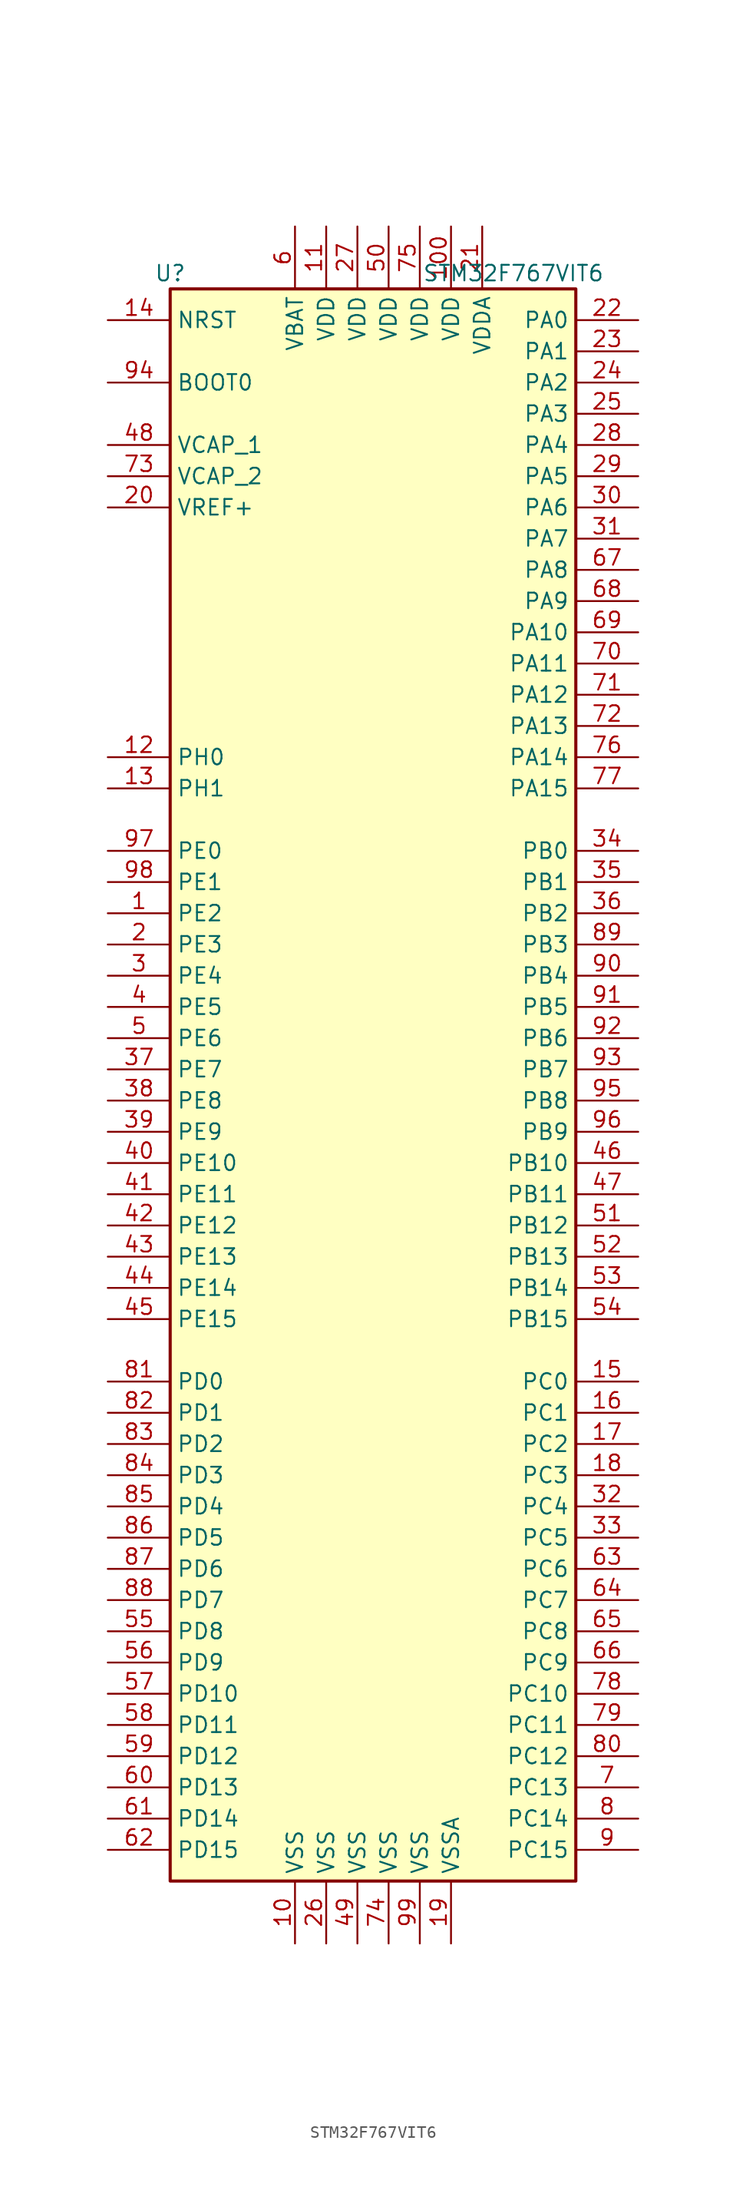
<source format=kicad_sym>
(kicad_symbol_lib
  (version 20211014)
  (generator kicad_symbol_editor)
  (symbol "STM32F767VIT6"
    (property "Reference" "U"
      (at -17.78 64.77 0)
      (effects (font (size 1.27 1.27))))
    (property "Value" "STM32F767VIT6"
      (at 10.16 64.77 0)
      (effects (font (size 1.27 1.27))))
    (symbol "STM32F767VIT6_0_1"
      (rectangle (start -17.78 -66.04) (end 15.24 63.5) (stroke (width 0.254) (type default) (color 0 0 0 0)) (fill (type background))))
    (symbol "STM32F767VIT6_1_1"
      (pin bidirectional line (at -22.86 12.7 0) (length 5.08) (name "PE2" (effects (font (size 1.27 1.27)))) (number "1" (effects (font (size 1.27 1.27)))))
      (pin power_in line (at -7.62 -71.12 90) (length 5.08) (name "VSS" (effects (font (size 1.27 1.27)))) (number "10" (effects (font (size 1.27 1.27)))))
      (pin power_in line (at 5.08 68.58 270) (length 5.08) (name "VDD" (effects (font (size 1.27 1.27)))) (number "100" (effects (font (size 1.27 1.27)))))
      (pin power_in line (at -5.08 68.58 270) (length 5.08) (name "VDD" (effects (font (size 1.27 1.27)))) (number "11" (effects (font (size 1.27 1.27)))))
      (pin input line (at -22.86 25.4 0) (length 5.08) (name "PH0" (effects (font (size 1.27 1.27)))) (number "12" (effects (font (size 1.27 1.27)))))
      (pin input line (at -22.86 22.86 0) (length 5.08) (name "PH1" (effects (font (size 1.27 1.27)))) (number "13" (effects (font (size 1.27 1.27)))))
      (pin input line (at -22.86 60.96 0) (length 5.08) (name "NRST" (effects (font (size 1.27 1.27)))) (number "14" (effects (font (size 1.27 1.27)))))
      (pin bidirectional line (at 20.32 -25.4 180) (length 5.08) (name "PC0" (effects (font (size 1.27 1.27)))) (number "15" (effects (font (size 1.27 1.27)))))
      (pin bidirectional line (at 20.32 -27.94 180) (length 5.08) (name "PC1" (effects (font (size 1.27 1.27)))) (number "16" (effects (font (size 1.27 1.27)))))
      (pin bidirectional line (at 20.32 -30.48 180) (length 5.08) (name "PC2" (effects (font (size 1.27 1.27)))) (number "17" (effects (font (size 1.27 1.27)))))
      (pin bidirectional line (at 20.32 -33.02 180) (length 5.08) (name "PC3" (effects (font (size 1.27 1.27)))) (number "18" (effects (font (size 1.27 1.27)))))
      (pin power_in line (at 5.08 -71.12 90) (length 5.08) (name "VSSA" (effects (font (size 1.27 1.27)))) (number "19" (effects (font (size 1.27 1.27)))))
      (pin bidirectional line (at -22.86 10.16 0) (length 5.08) (name "PE3" (effects (font (size 1.27 1.27)))) (number "2" (effects (font (size 1.27 1.27)))))
      (pin power_in line (at -22.86 45.72 0) (length 5.08) (name "VREF+" (effects (font (size 1.27 1.27)))) (number "20" (effects (font (size 1.27 1.27)))))
      (pin power_in line (at 7.62 68.58 270) (length 5.08) (name "VDDA" (effects (font (size 1.27 1.27)))) (number "21" (effects (font (size 1.27 1.27)))))
      (pin bidirectional line (at 20.32 60.96 180) (length 5.08) (name "PA0" (effects (font (size 1.27 1.27)))) (number "22" (effects (font (size 1.27 1.27)))))
      (pin bidirectional line (at 20.32 58.42 180) (length 5.08) (name "PA1" (effects (font (size 1.27 1.27)))) (number "23" (effects (font (size 1.27 1.27)))))
      (pin bidirectional line (at 20.32 55.88 180) (length 5.08) (name "PA2" (effects (font (size 1.27 1.27)))) (number "24" (effects (font (size 1.27 1.27)))))
      (pin bidirectional line (at 20.32 53.34 180) (length 5.08) (name "PA3" (effects (font (size 1.27 1.27)))) (number "25" (effects (font (size 1.27 1.27)))))
      (pin power_in line (at -5.08 -71.12 90) (length 5.08) (name "VSS" (effects (font (size 1.27 1.27)))) (number "26" (effects (font (size 1.27 1.27)))))
      (pin power_in line (at -2.54 68.58 270) (length 5.08) (name "VDD" (effects (font (size 1.27 1.27)))) (number "27" (effects (font (size 1.27 1.27)))))
      (pin bidirectional line (at 20.32 50.8 180) (length 5.08) (name "PA4" (effects (font (size 1.27 1.27)))) (number "28" (effects (font (size 1.27 1.27)))))
      (pin bidirectional line (at 20.32 48.26 180) (length 5.08) (name "PA5" (effects (font (size 1.27 1.27)))) (number "29" (effects (font (size 1.27 1.27)))))
      (pin bidirectional line (at -22.86 7.62 0) (length 5.08) (name "PE4" (effects (font (size 1.27 1.27)))) (number "3" (effects (font (size 1.27 1.27)))))
      (pin bidirectional line (at 20.32 45.72 180) (length 5.08) (name "PA6" (effects (font (size 1.27 1.27)))) (number "30" (effects (font (size 1.27 1.27)))))
      (pin bidirectional line (at 20.32 43.18 180) (length 5.08) (name "PA7" (effects (font (size 1.27 1.27)))) (number "31" (effects (font (size 1.27 1.27)))))
      (pin bidirectional line (at 20.32 -35.56 180) (length 5.08) (name "PC4" (effects (font (size 1.27 1.27)))) (number "32" (effects (font (size 1.27 1.27)))))
      (pin bidirectional line (at 20.32 -38.1 180) (length 5.08) (name "PC5" (effects (font (size 1.27 1.27)))) (number "33" (effects (font (size 1.27 1.27)))))
      (pin bidirectional line (at 20.32 17.78 180) (length 5.08) (name "PB0" (effects (font (size 1.27 1.27)))) (number "34" (effects (font (size 1.27 1.27)))))
      (pin bidirectional line (at 20.32 15.24 180) (length 5.08) (name "PB1" (effects (font (size 1.27 1.27)))) (number "35" (effects (font (size 1.27 1.27)))))
      (pin bidirectional line (at 20.32 12.7 180) (length 5.08) (name "PB2" (effects (font (size 1.27 1.27)))) (number "36" (effects (font (size 1.27 1.27)))))
      (pin bidirectional line (at -22.86 0 0) (length 5.08) (name "PE7" (effects (font (size 1.27 1.27)))) (number "37" (effects (font (size 1.27 1.27)))))
      (pin bidirectional line (at -22.86 -2.54 0) (length 5.08) (name "PE8" (effects (font (size 1.27 1.27)))) (number "38" (effects (font (size 1.27 1.27)))))
      (pin bidirectional line (at -22.86 -5.08 0) (length 5.08) (name "PE9" (effects (font (size 1.27 1.27)))) (number "39" (effects (font (size 1.27 1.27)))))
      (pin bidirectional line (at -22.86 5.08 0) (length 5.08) (name "PE5" (effects (font (size 1.27 1.27)))) (number "4" (effects (font (size 1.27 1.27)))))
      (pin bidirectional line (at -22.86 -7.62 0) (length 5.08) (name "PE10" (effects (font (size 1.27 1.27)))) (number "40" (effects (font (size 1.27 1.27)))))
      (pin bidirectional line (at -22.86 -10.16 0) (length 5.08) (name "PE11" (effects (font (size 1.27 1.27)))) (number "41" (effects (font (size 1.27 1.27)))))
      (pin bidirectional line (at -22.86 -12.7 0) (length 5.08) (name "PE12" (effects (font (size 1.27 1.27)))) (number "42" (effects (font (size 1.27 1.27)))))
      (pin bidirectional line (at -22.86 -15.24 0) (length 5.08) (name "PE13" (effects (font (size 1.27 1.27)))) (number "43" (effects (font (size 1.27 1.27)))))
      (pin bidirectional line (at -22.86 -17.78 0) (length 5.08) (name "PE14" (effects (font (size 1.27 1.27)))) (number "44" (effects (font (size 1.27 1.27)))))
      (pin bidirectional line (at -22.86 -20.32 0) (length 5.08) (name "PE15" (effects (font (size 1.27 1.27)))) (number "45" (effects (font (size 1.27 1.27)))))
      (pin bidirectional line (at 20.32 -7.62 180) (length 5.08) (name "PB10" (effects (font (size 1.27 1.27)))) (number "46" (effects (font (size 1.27 1.27)))))
      (pin bidirectional line (at 20.32 -10.16 180) (length 5.08) (name "PB11" (effects (font (size 1.27 1.27)))) (number "47" (effects (font (size 1.27 1.27)))))
      (pin power_in line (at -22.86 50.8 0) (length 5.08) (name "VCAP_1" (effects (font (size 1.27 1.27)))) (number "48" (effects (font (size 1.27 1.27)))))
      (pin power_in line (at -2.54 -71.12 90) (length 5.08) (name "VSS" (effects (font (size 1.27 1.27)))) (number "49" (effects (font (size 1.27 1.27)))))
      (pin bidirectional line (at -22.86 2.54 0) (length 5.08) (name "PE6" (effects (font (size 1.27 1.27)))) (number "5" (effects (font (size 1.27 1.27)))))
      (pin power_in line (at 0 68.58 270) (length 5.08) (name "VDD" (effects (font (size 1.27 1.27)))) (number "50" (effects (font (size 1.27 1.27)))))
      (pin bidirectional line (at 20.32 -12.7 180) (length 5.08) (name "PB12" (effects (font (size 1.27 1.27)))) (number "51" (effects (font (size 1.27 1.27)))))
      (pin bidirectional line (at 20.32 -15.24 180) (length 5.08) (name "PB13" (effects (font (size 1.27 1.27)))) (number "52" (effects (font (size 1.27 1.27)))))
      (pin bidirectional line (at 20.32 -17.78 180) (length 5.08) (name "PB14" (effects (font (size 1.27 1.27)))) (number "53" (effects (font (size 1.27 1.27)))))
      (pin bidirectional line (at 20.32 -20.32 180) (length 5.08) (name "PB15" (effects (font (size 1.27 1.27)))) (number "54" (effects (font (size 1.27 1.27)))))
      (pin bidirectional line (at -22.86 -45.72 0) (length 5.08) (name "PD8" (effects (font (size 1.27 1.27)))) (number "55" (effects (font (size 1.27 1.27)))))
      (pin bidirectional line (at -22.86 -48.26 0) (length 5.08) (name "PD9" (effects (font (size 1.27 1.27)))) (number "56" (effects (font (size 1.27 1.27)))))
      (pin bidirectional line (at -22.86 -50.8 0) (length 5.08) (name "PD10" (effects (font (size 1.27 1.27)))) (number "57" (effects (font (size 1.27 1.27)))))
      (pin bidirectional line (at -22.86 -53.34 0) (length 5.08) (name "PD11" (effects (font (size 1.27 1.27)))) (number "58" (effects (font (size 1.27 1.27)))))
      (pin bidirectional line (at -22.86 -55.88 0) (length 5.08) (name "PD12" (effects (font (size 1.27 1.27)))) (number "59" (effects (font (size 1.27 1.27)))))
      (pin power_in line (at -7.62 68.58 270) (length 5.08) (name "VBAT" (effects (font (size 1.27 1.27)))) (number "6" (effects (font (size 1.27 1.27)))))
      (pin bidirectional line (at -22.86 -58.42 0) (length 5.08) (name "PD13" (effects (font (size 1.27 1.27)))) (number "60" (effects (font (size 1.27 1.27)))))
      (pin bidirectional line (at -22.86 -60.96 0) (length 5.08) (name "PD14" (effects (font (size 1.27 1.27)))) (number "61" (effects (font (size 1.27 1.27)))))
      (pin bidirectional line (at -22.86 -63.5 0) (length 5.08) (name "PD15" (effects (font (size 1.27 1.27)))) (number "62" (effects (font (size 1.27 1.27)))))
      (pin bidirectional line (at 20.32 -40.64 180) (length 5.08) (name "PC6" (effects (font (size 1.27 1.27)))) (number "63" (effects (font (size 1.27 1.27)))))
      (pin bidirectional line (at 20.32 -43.18 180) (length 5.08) (name "PC7" (effects (font (size 1.27 1.27)))) (number "64" (effects (font (size 1.27 1.27)))))
      (pin bidirectional line (at 20.32 -45.72 180) (length 5.08) (name "PC8" (effects (font (size 1.27 1.27)))) (number "65" (effects (font (size 1.27 1.27)))))
      (pin bidirectional line (at 20.32 -48.26 180) (length 5.08) (name "PC9" (effects (font (size 1.27 1.27)))) (number "66" (effects (font (size 1.27 1.27)))))
      (pin bidirectional line (at 20.32 40.64 180) (length 5.08) (name "PA8" (effects (font (size 1.27 1.27)))) (number "67" (effects (font (size 1.27 1.27)))))
      (pin bidirectional line (at 20.32 38.1 180) (length 5.08) (name "PA9" (effects (font (size 1.27 1.27)))) (number "68" (effects (font (size 1.27 1.27)))))
      (pin bidirectional line (at 20.32 35.56 180) (length 5.08) (name "PA10" (effects (font (size 1.27 1.27)))) (number "69" (effects (font (size 1.27 1.27)))))
      (pin bidirectional line (at 20.32 -58.42 180) (length 5.08) (name "PC13" (effects (font (size 1.27 1.27)))) (number "7" (effects (font (size 1.27 1.27)))))
      (pin bidirectional line (at 20.32 33.02 180) (length 5.08) (name "PA11" (effects (font (size 1.27 1.27)))) (number "70" (effects (font (size 1.27 1.27)))))
      (pin bidirectional line (at 20.32 30.48 180) (length 5.08) (name "PA12" (effects (font (size 1.27 1.27)))) (number "71" (effects (font (size 1.27 1.27)))))
      (pin bidirectional line (at 20.32 27.94 180) (length 5.08) (name "PA13" (effects (font (size 1.27 1.27)))) (number "72" (effects (font (size 1.27 1.27)))))
      (pin power_in line (at -22.86 48.26 0) (length 5.08) (name "VCAP_2" (effects (font (size 1.27 1.27)))) (number "73" (effects (font (size 1.27 1.27)))))
      (pin power_in line (at 0 -71.12 90) (length 5.08) (name "VSS" (effects (font (size 1.27 1.27)))) (number "74" (effects (font (size 1.27 1.27)))))
      (pin power_in line (at 2.54 68.58 270) (length 5.08) (name "VDD" (effects (font (size 1.27 1.27)))) (number "75" (effects (font (size 1.27 1.27)))))
      (pin bidirectional line (at 20.32 25.4 180) (length 5.08) (name "PA14" (effects (font (size 1.27 1.27)))) (number "76" (effects (font (size 1.27 1.27)))))
      (pin bidirectional line (at 20.32 22.86 180) (length 5.08) (name "PA15" (effects (font (size 1.27 1.27)))) (number "77" (effects (font (size 1.27 1.27)))))
      (pin bidirectional line (at 20.32 -50.8 180) (length 5.08) (name "PC10" (effects (font (size 1.27 1.27)))) (number "78" (effects (font (size 1.27 1.27)))))
      (pin bidirectional line (at 20.32 -53.34 180) (length 5.08) (name "PC11" (effects (font (size 1.27 1.27)))) (number "79" (effects (font (size 1.27 1.27)))))
      (pin bidirectional line (at 20.32 -60.96 180) (length 5.08) (name "PC14" (effects (font (size 1.27 1.27)))) (number "8" (effects (font (size 1.27 1.27)))))
      (pin bidirectional line (at 20.32 -55.88 180) (length 5.08) (name "PC12" (effects (font (size 1.27 1.27)))) (number "80" (effects (font (size 1.27 1.27)))))
      (pin bidirectional line (at -22.86 -25.4 0) (length 5.08) (name "PD0" (effects (font (size 1.27 1.27)))) (number "81" (effects (font (size 1.27 1.27)))))
      (pin bidirectional line (at -22.86 -27.94 0) (length 5.08) (name "PD1" (effects (font (size 1.27 1.27)))) (number "82" (effects (font (size 1.27 1.27)))))
      (pin bidirectional line (at -22.86 -30.48 0) (length 5.08) (name "PD2" (effects (font (size 1.27 1.27)))) (number "83" (effects (font (size 1.27 1.27)))))
      (pin bidirectional line (at -22.86 -33.02 0) (length 5.08) (name "PD3" (effects (font (size 1.27 1.27)))) (number "84" (effects (font (size 1.27 1.27)))))
      (pin bidirectional line (at -22.86 -35.56 0) (length 5.08) (name "PD4" (effects (font (size 1.27 1.27)))) (number "85" (effects (font (size 1.27 1.27)))))
      (pin bidirectional line (at -22.86 -38.1 0) (length 5.08) (name "PD5" (effects (font (size 1.27 1.27)))) (number "86" (effects (font (size 1.27 1.27)))))
      (pin bidirectional line (at -22.86 -40.64 0) (length 5.08) (name "PD6" (effects (font (size 1.27 1.27)))) (number "87" (effects (font (size 1.27 1.27)))))
      (pin bidirectional line (at -22.86 -43.18 0) (length 5.08) (name "PD7" (effects (font (size 1.27 1.27)))) (number "88" (effects (font (size 1.27 1.27)))))
      (pin bidirectional line (at 20.32 10.16 180) (length 5.08) (name "PB3" (effects (font (size 1.27 1.27)))) (number "89" (effects (font (size 1.27 1.27)))))
      (pin bidirectional line (at 20.32 -63.5 180) (length 5.08) (name "PC15" (effects (font (size 1.27 1.27)))) (number "9" (effects (font (size 1.27 1.27)))))
      (pin bidirectional line (at 20.32 7.62 180) (length 5.08) (name "PB4" (effects (font (size 1.27 1.27)))) (number "90" (effects (font (size 1.27 1.27)))))
      (pin bidirectional line (at 20.32 5.08 180) (length 5.08) (name "PB5" (effects (font (size 1.27 1.27)))) (number "91" (effects (font (size 1.27 1.27)))))
      (pin bidirectional line (at 20.32 2.54 180) (length 5.08) (name "PB6" (effects (font (size 1.27 1.27)))) (number "92" (effects (font (size 1.27 1.27)))))
      (pin bidirectional line (at 20.32 0 180) (length 5.08) (name "PB7" (effects (font (size 1.27 1.27)))) (number "93" (effects (font (size 1.27 1.27)))))
      (pin input line (at -22.86 55.88 0) (length 5.08) (name "BOOT0" (effects (font (size 1.27 1.27)))) (number "94" (effects (font (size 1.27 1.27)))))
      (pin bidirectional line (at 20.32 -2.54 180) (length 5.08) (name "PB8" (effects (font (size 1.27 1.27)))) (number "95" (effects (font (size 1.27 1.27)))))
      (pin bidirectional line (at 20.32 -5.08 180) (length 5.08) (name "PB9" (effects (font (size 1.27 1.27)))) (number "96" (effects (font (size 1.27 1.27)))))
      (pin bidirectional line (at -22.86 17.78 0) (length 5.08) (name "PE0" (effects (font (size 1.27 1.27)))) (number "97" (effects (font (size 1.27 1.27)))))
      (pin bidirectional line (at -22.86 15.24 0) (length 5.08) (name "PE1" (effects (font (size 1.27 1.27)))) (number "98" (effects (font (size 1.27 1.27)))))
      (pin power_in line (at 2.54 -71.12 90) (length 5.08) (name "VSS" (effects (font (size 1.27 1.27)))) (number "99" (effects (font (size 1.27 1.27))))))))
</source>
